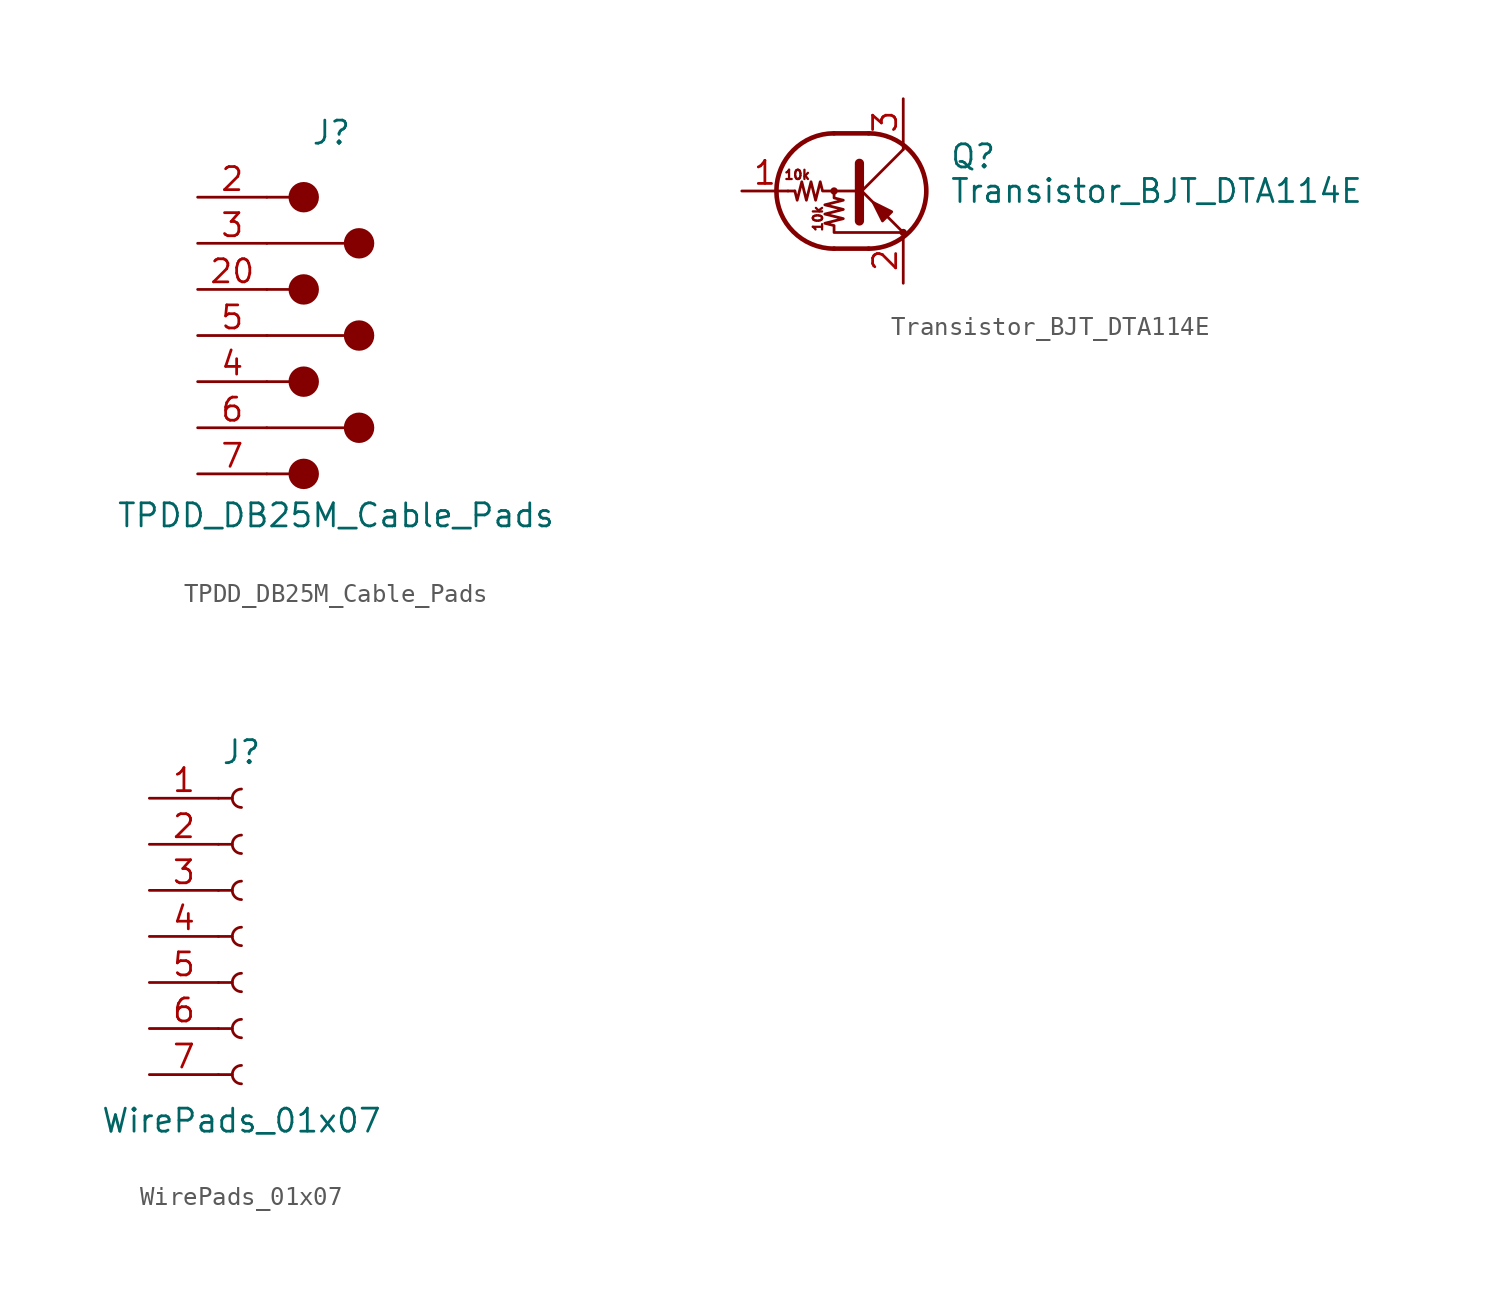
<source format=kicad_sym>
(kicad_symbol_lib
  (version 20231120)
  (generator "kicad_symbol_editor")
  (generator_version "8.0")
  (symbol "TPDD_DB25M_Cable_Pads"
    (pin_names
      (offset 1.016) hide)
    (property "Reference" "J"
      (at -0.254 8.636 0)
      (effects (font (size 1.27 1.27))))
    (property "Value" "TPDD_DB25M_Cable_Pads"
      (at 0 -12.446 0)
      (effects (font (size 1.27 1.27))))
    (symbol "TPDD_DB25M_Cable_Pads_0_1"
      (circle (center -1.778 -10.16) (radius 0.762) (stroke (width 0) (type solid)) (fill (type outline)))
      (circle (center -1.778 -5.08) (radius 0.762) (stroke (width 0) (type solid)) (fill (type outline)))
      (circle (center -1.778 0) (radius 0.762) (stroke (width 0) (type solid)) (fill (type outline)))
      (circle (center -1.778 5.08) (radius 0.762) (stroke (width 0) (type solid)) (fill (type outline)))
      (polyline (pts (xy -3.81 -10.16) (xy -2.54 -10.16)) (stroke (width 0) (type solid)) (fill (type none)))
      (polyline (pts (xy -3.81 -7.62) (xy 0.508 -7.62)) (stroke (width 0) (type solid)) (fill (type none)))
      (polyline (pts (xy -3.81 -5.08) (xy -2.54 -5.08)) (stroke (width 0) (type solid)) (fill (type none)))
      (polyline (pts (xy -3.81 -2.54) (xy 0.508 -2.54)) (stroke (width 0) (type solid)) (fill (type none)))
      (polyline (pts (xy -3.81 0) (xy -2.54 0)) (stroke (width 0) (type solid)) (fill (type none)))
      (polyline (pts (xy -3.81 2.54) (xy 0.508 2.54)) (stroke (width 0) (type solid)) (fill (type none)))
      (polyline (pts (xy -3.81 5.08) (xy -2.54 5.08)) (stroke (width 0) (type solid)) (fill (type none)))
      (circle (center 1.27 -7.62) (radius 0.762) (stroke (width 0) (type solid)) (fill (type outline)))
      (circle (center 1.27 -2.54) (radius 0.762) (stroke (width 0) (type solid)) (fill (type outline)))
      (circle (center 1.27 2.54) (radius 0.762) (stroke (width 0) (type solid)) (fill (type outline))))
    (symbol "TPDD_DB25M_Cable_Pads_1_1"
      (pin passive line (at -7.62 5.08 0) (length 3.81) (name "RX" (effects (font (size 1.27 1.27)))) (number "2" (effects (font (size 1.27 1.27)))))
      (pin passive line (at -7.62 0 0) (length 3.81) (name "DSR" (effects (font (size 1.27 1.27)))) (number "20" (effects (font (size 1.27 1.27)))))
      (pin passive line (at -7.62 2.54 0) (length 3.81) (name "TX" (effects (font (size 1.27 1.27)))) (number "3" (effects (font (size 1.27 1.27)))))
      (pin passive line (at -7.62 -5.08 0) (length 3.81) (name "CTS" (effects (font (size 1.27 1.27)))) (number "4" (effects (font (size 1.27 1.27)))))
      (pin passive line (at -7.62 -2.54 0) (length 3.81) (name "RTS" (effects (font (size 1.27 1.27)))) (number "5" (effects (font (size 1.27 1.27)))))
      (pin passive line (at -7.62 -7.62 0) (length 3.81) (name "DSR" (effects (font (size 1.27 1.27)))) (number "6" (effects (font (size 1.27 1.27)))))
      (pin passive line (at -7.62 -10.16 0) (length 3.81) (name "GND" (effects (font (size 1.27 1.27)))) (number "7" (effects (font (size 1.27 1.27)))))))
  (symbol "Transistor_BJT_DTA114E"
    (pin_names
      (offset 0) hide)
    (property "Reference" "Q"
      (at 5.08 1.905 0)
      (effects (font (size 1.27 1.27)) (justify left)))
    (property "Value" "Transistor_BJT_DTA114E"
      (at 5.08 0 0)
      (effects (font (size 1.27 1.27)) (justify left)))
    (symbol "Transistor_BJT_DTA114E_0_0"
      (text "10k" (at -3.302 0.889 0) (effects (font (size 0.508 0.508))))
      (text "10k" (at -2.159 -1.524 900) (effects (font (size 0.508 0.508)))))
    (symbol "Transistor_BJT_DTA114E_0_1"
      (circle (center -1.27 0) (radius 0.127) (stroke (width 0) (type solid)) (fill (type none)))
      (arc (start -1.27 3.175) (mid -4.445 0) (end -1.27 -3.175) (stroke (width 0.254) (type solid)) (fill (type none)))
      (polyline (pts (xy -3.429 0) (xy -3.81 0)) (stroke (width 0) (type solid)) (fill (type none)))
      (polyline (pts (xy -1.27 -3.175) (xy 0.635 -3.175)) (stroke (width 0.254) (type solid)) (fill (type none)))
      (polyline (pts (xy -1.27 3.175) (xy 0.635 3.175)) (stroke (width 0.254) (type solid)) (fill (type none)))
      (polyline (pts (xy 0 -0.254) (xy 2.54 2.286)) (stroke (width 0) (type solid)) (fill (type none)))
      (polyline (pts (xy 0.127 1.524) (xy 0.127 -1.651)) (stroke (width 0.508) (type solid)) (fill (type outline)))
      (polyline (pts (xy 2.54 2.286) (xy 2.54 2.54)) (stroke (width 0) (type solid)) (fill (type none)))
      (polyline (pts (xy 2.54 -2.286) (xy 0 0.254) (xy 0 0.254)) (stroke (width 0) (type solid)) (fill (type none)))
      (polyline (pts (xy 1.397 -1.651) (xy 1.905 -1.143) (xy 0.889 -0.635) (xy 1.397 -1.651)) (stroke (width 0) (type solid)) (fill (type outline)))
      (polyline (pts (xy 0 0) (xy -1.905 0) (xy -2.032 0.508) (xy -2.286 -0.508) (xy -2.54 0.508) (xy -2.794 -0.508) (xy -3.048 0.508) (xy -3.302 -0.508) (xy -3.429 0)) (stroke (width 0) (type solid)) (fill (type none)))
      (polyline (pts (xy -1.27 0) (xy -1.27 -0.381) (xy -0.762 -0.508) (xy -1.778 -0.762) (xy -0.762 -1.016) (xy -1.778 -1.27) (xy -0.762 -1.524) (xy -1.778 -1.778) (xy -1.27 -1.905) (xy -1.27 -2.286) (xy 2.54 -2.286)) (stroke (width 0) (type solid)) (fill (type none)))
      (arc (start 0.635 -3.175) (mid 3.81 0) (end 0.635 3.175) (stroke (width 0.254) (type solid)) (fill (type none)))
      (circle (center 2.54 -2.286) (radius 0.127) (stroke (width 0) (type solid)) (fill (type none))))
    (symbol "Transistor_BJT_DTA114E_1_1"
      (pin input line (at -6.35 0 0) (length 2.54) (name "B" (effects (font (size 1.27 1.27)))) (number "1" (effects (font (size 1.27 1.27)))))
      (pin passive line (at 2.54 -5.08 90) (length 2.54) (name "E" (effects (font (size 1.27 1.27)))) (number "2" (effects (font (size 1.27 1.27)))))
      (pin passive line (at 2.54 5.08 270) (length 2.54) (name "C" (effects (font (size 1.27 1.27)))) (number "3" (effects (font (size 1.27 1.27)))))))
  (symbol "WirePads_01x07"
    (pin_names
      (offset 1.016) hide)
    (property "Reference" "J"
      (at 0 10.16 0)
      (effects (font (size 1.27 1.27))))
    (property "Value" "WirePads_01x07"
      (at 0 -10.16 0)
      (effects (font (size 1.27 1.27))))
    (symbol "WirePads_01x07_1_1"
      (arc (start 0 -7.112) (mid -0.508 -7.62) (end 0 -8.128) (stroke (width 0.1524) (type solid)) (fill (type none)))
      (arc (start 0 -4.572) (mid -0.508 -5.08) (end 0 -5.588) (stroke (width 0.1524) (type solid)) (fill (type none)))
      (arc (start 0 -2.032) (mid -0.508 -2.54) (end 0 -3.048) (stroke (width 0.1524) (type solid)) (fill (type none)))
      (polyline (pts (xy -1.27 -7.62) (xy -0.508 -7.62)) (stroke (width 0.152) (type solid)) (fill (type none)))
      (polyline (pts (xy -1.27 -5.08) (xy -0.508 -5.08)) (stroke (width 0.152) (type solid)) (fill (type none)))
      (polyline (pts (xy -1.27 -2.54) (xy -0.508 -2.54)) (stroke (width 0.152) (type solid)) (fill (type none)))
      (polyline (pts (xy -1.27 0) (xy -0.508 0)) (stroke (width 0.152) (type solid)) (fill (type none)))
      (polyline (pts (xy -1.27 2.54) (xy -0.508 2.54)) (stroke (width 0.152) (type solid)) (fill (type none)))
      (polyline (pts (xy -1.27 5.08) (xy -0.508 5.08)) (stroke (width 0.152) (type solid)) (fill (type none)))
      (polyline (pts (xy -1.27 7.62) (xy -0.508 7.62)) (stroke (width 0.152) (type solid)) (fill (type none)))
      (arc (start 0 0.508) (mid -0.508 0) (end 0 -0.508) (stroke (width 0.1524) (type solid)) (fill (type none)))
      (arc (start 0 3.048) (mid -0.508 2.54) (end 0 2.032) (stroke (width 0.1524) (type solid)) (fill (type none)))
      (arc (start 0 5.588) (mid -0.508 5.08) (end 0 4.572) (stroke (width 0.1524) (type solid)) (fill (type none)))
      (arc (start 0 8.128) (mid -0.508 7.62) (end 0 7.112) (stroke (width 0.1524) (type solid)) (fill (type none)))
      (pin passive line (at -5.08 7.62 0) (length 3.81) (name "Pin_1" (effects (font (size 1.27 1.27)))) (number "1" (effects (font (size 1.27 1.27)))))
      (pin passive line (at -5.08 5.08 0) (length 3.81) (name "Pin_2" (effects (font (size 1.27 1.27)))) (number "2" (effects (font (size 1.27 1.27)))))
      (pin passive line (at -5.08 2.54 0) (length 3.81) (name "Pin_3" (effects (font (size 1.27 1.27)))) (number "3" (effects (font (size 1.27 1.27)))))
      (pin passive line (at -5.08 0 0) (length 3.81) (name "Pin_4" (effects (font (size 1.27 1.27)))) (number "4" (effects (font (size 1.27 1.27)))))
      (pin passive line (at -5.08 -2.54 0) (length 3.81) (name "Pin_5" (effects (font (size 1.27 1.27)))) (number "5" (effects (font (size 1.27 1.27)))))
      (pin passive line (at -5.08 -5.08 0) (length 3.81) (name "Pin_6" (effects (font (size 1.27 1.27)))) (number "6" (effects (font (size 1.27 1.27)))))
      (pin passive line (at -5.08 -7.62 0) (length 3.81) (name "Pin_7" (effects (font (size 1.27 1.27)))) (number "7" (effects (font (size 1.27 1.27))))))))
</source>
